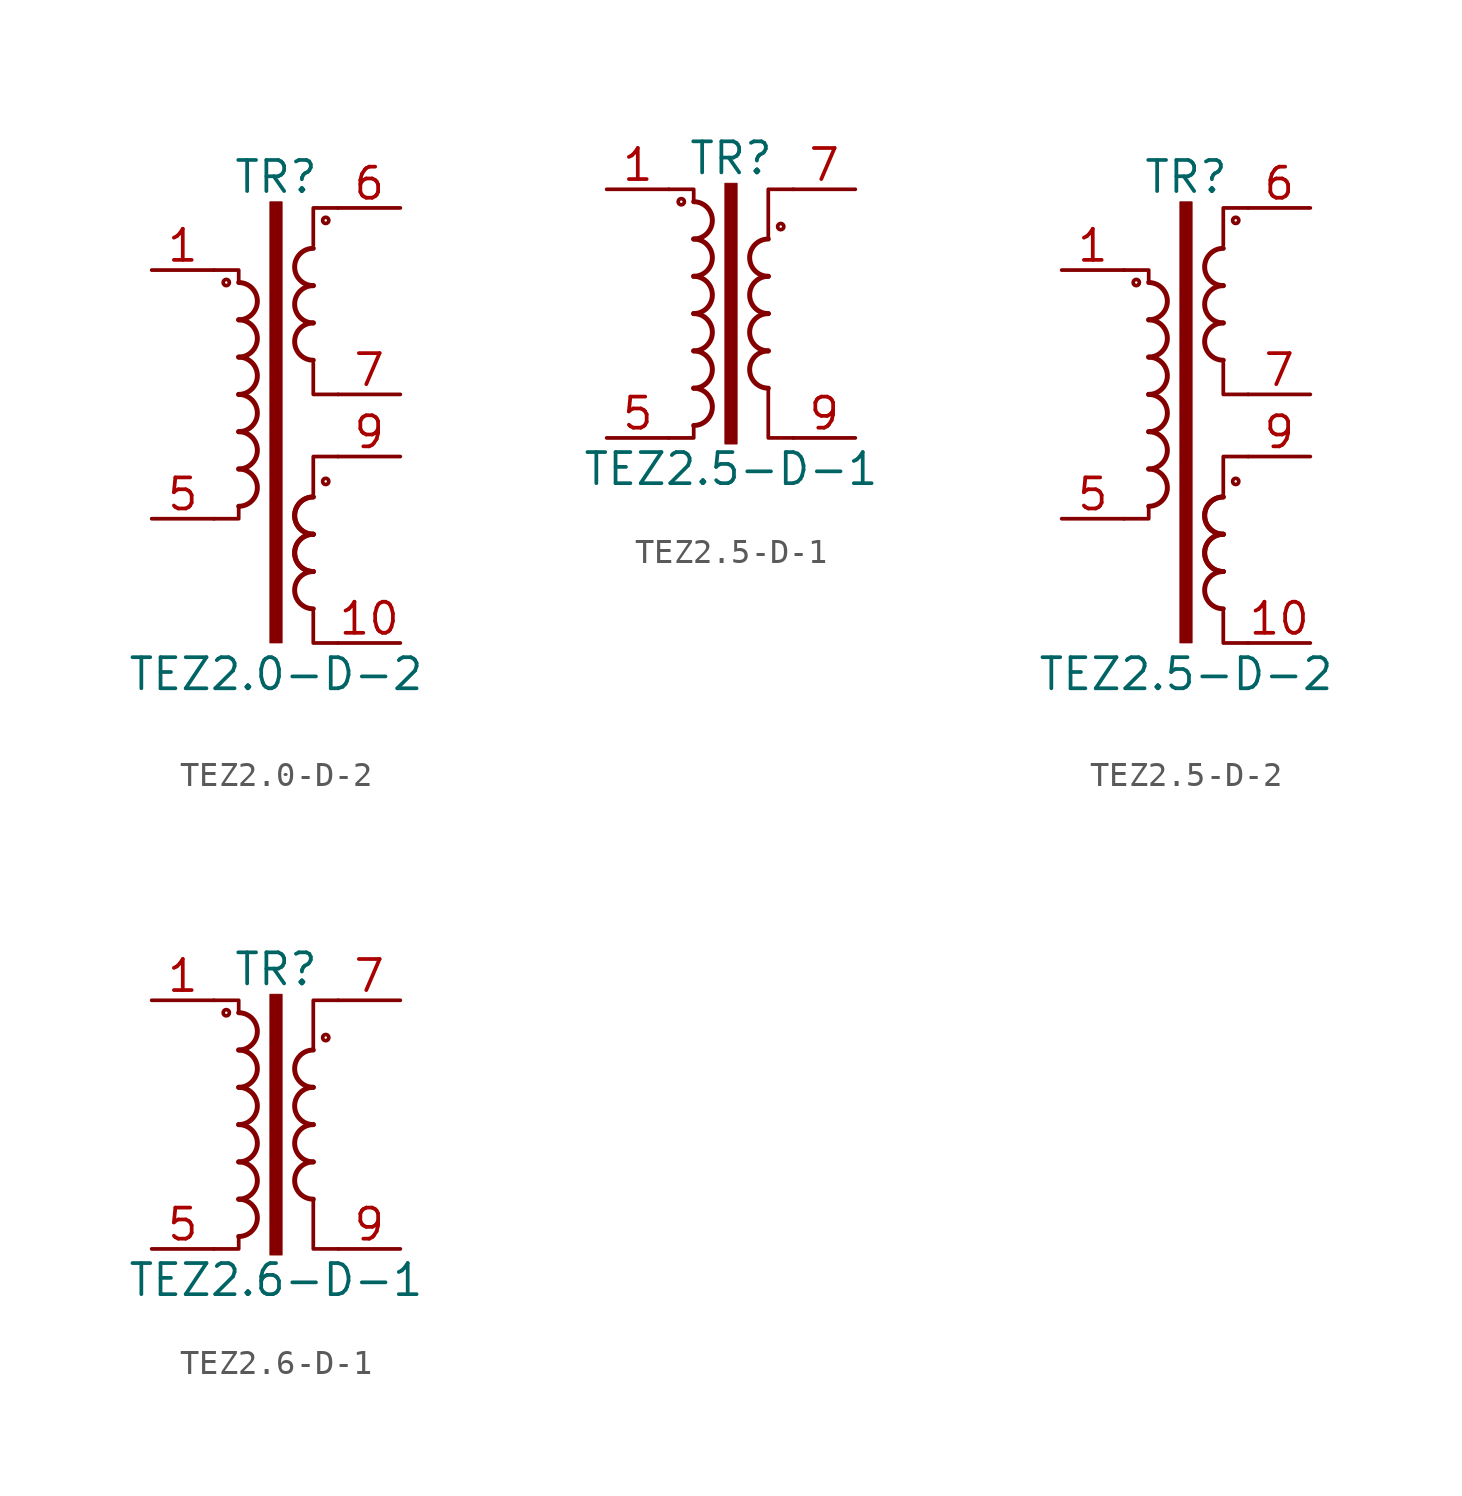
<source format=kicad_sym>
(kicad_symbol_lib
  (version 20220914)
  (generator kicad_symbol_editor)
  (symbol "TEZ2.0-D-2"
    (pin_names
      (offset 0.025))
    (property "Reference" "TR"
      (at 0 8.89 0)
      (effects (font (size 1.27 1.27))))
    (property "Value" "TEZ2.0-D-2"
      (at 0 -11.43 0)
      (effects (font (size 1.27 1.27))))
    (symbol "TEZ2.0-D-2_0_1"
      (circle (center -2.032 4.572) (radius 0.127) (stroke (width 0) (type default)) (fill (type none)))
      (arc (start -1.524 -4.572) (mid -0.7653 -3.81) (end -1.524 -3.048) (stroke (width 0.2032) (type default)) (fill (type none)))
      (arc (start -1.524 -3.048) (mid -0.7653 -2.286) (end -1.524 -1.524) (stroke (width 0.2032) (type default)) (fill (type none)))
      (arc (start -1.524 -1.524) (mid -0.7653 -0.762) (end -1.524 0) (stroke (width 0.2032) (type default)) (fill (type none)))
      (arc (start -1.524 0) (mid -0.7653 0.762) (end -1.524 1.524) (stroke (width 0.2032) (type default)) (fill (type none)))
      (arc (start -1.524 1.524) (mid -0.7653 2.286) (end -1.524 3.048) (stroke (width 0.2032) (type default)) (fill (type none)))
      (arc (start -1.524 3.048) (mid -0.7653 3.81) (end -1.524 4.572) (stroke (width 0.2032) (type default)) (fill (type none)))
      (rectangle (start -0.254 7.874) (end 0.254 -10.16) (stroke (width 0.025) (type default)) (fill (type outline)))
      (polyline (pts (xy -1.524 -4.572) (xy -1.524 -5.08) (xy -2.54 -5.08)) (stroke (width 0) (type default)) (fill (type none)))
      (polyline (pts (xy -1.524 4.572) (xy -1.524 5.08) (xy -2.54 5.08)) (stroke (width 0) (type default)) (fill (type none)))
      (polyline (pts (xy 1.524 -8.89) (xy 1.524 -10.16) (xy 2.54 -10.16)) (stroke (width 0) (type default)) (fill (type none)))
      (polyline (pts (xy 2.54 -2.54) (xy 1.524 -2.54) (xy 1.524 -4.064)) (stroke (width 0) (type default)) (fill (type none)))
      (polyline (pts (xy 2.54 0) (xy 1.524 0) (xy 1.524 1.27)) (stroke (width 0) (type default)) (fill (type none)))
      (polyline (pts (xy 2.54 7.62) (xy 1.524 7.62) (xy 1.524 6.096)) (stroke (width 0) (type default)) (fill (type none)))
      (arc (start 1.524 -7.239) (mid 0.7653 -8.001) (end 1.524 -8.763) (stroke (width 0.2032) (type default)) (fill (type none)))
      (arc (start 1.524 -5.715) (mid 0.7653 -6.477) (end 1.524 -7.239) (stroke (width 0.2032) (type default)) (fill (type none)))
      (arc (start 1.524 -5.715) (mid 0.7653 -6.477) (end 1.524 -7.239) (stroke (width 0.2032) (type default)) (fill (type none)))
      (arc (start 1.524 -4.191) (mid 0.7653 -4.953) (end 1.524 -5.715) (stroke (width 0.2032) (type default)) (fill (type none)))
      (arc (start 1.524 -4.191) (mid 0.7653 -4.953) (end 1.524 -5.715) (stroke (width 0.2032) (type default)) (fill (type none)))
      (arc (start 1.524 2.921) (mid 0.7653 2.159) (end 1.524 1.397) (stroke (width 0.2032) (type default)) (fill (type none)))
      (arc (start 1.524 4.445) (mid 0.7653 3.683) (end 1.524 2.921) (stroke (width 0.2032) (type default)) (fill (type none)))
      (arc (start 1.524 5.969) (mid 0.7653 5.207) (end 1.524 4.445) (stroke (width 0.2032) (type default)) (fill (type none)))
      (circle (center 2.032 -3.556) (radius 0.127) (stroke (width 0) (type default)) (fill (type none)))
      (circle (center 2.032 7.112) (radius 0.127) (stroke (width 0) (type default)) (fill (type none))))
    (symbol "TEZ2.0-D-2_1_1"
      (pin passive line (at -5.08 5.08 0) (length 2.54) (name "~" (effects (font (size 1.27 1.27)))) (number "1" (effects (font (size 1.27 1.27)))))
      (pin passive line (at 5.08 -10.16 180) (length 2.54) (name "~" (effects (font (size 1.27 1.27)))) (number "10" (effects (font (size 1.27 1.27)))))
      (pin passive line (at -5.08 -5.08 0) (length 2.54) (name "~" (effects (font (size 1.27 1.27)))) (number "5" (effects (font (size 1.27 1.27)))))
      (pin passive line (at 5.08 7.62 180) (length 2.54) (name "~" (effects (font (size 1.27 1.27)))) (number "6" (effects (font (size 1.27 1.27)))))
      (pin passive line (at 5.08 0 180) (length 2.54) (name "~" (effects (font (size 1.27 1.27)))) (number "7" (effects (font (size 1.27 1.27)))))
      (pin passive line (at 5.08 -2.54 180) (length 2.54) (name "~" (effects (font (size 1.27 1.27)))) (number "9" (effects (font (size 1.27 1.27)))))))
  (symbol "TEZ2.5-D-1"
    (pin_names
      (offset 0.025))
    (property "Reference" "TR"
      (at 0 6.35 0)
      (effects (font (size 1.27 1.27))))
    (property "Value" "TEZ2.5-D-1"
      (at 0 -6.35 0)
      (effects (font (size 1.27 1.27))))
    (symbol "TEZ2.5-D-1_0_1"
      (circle (center -2.032 4.572) (radius 0.127) (stroke (width 0) (type default)) (fill (type none)))
      (arc (start -1.524 -4.572) (mid -0.7653 -3.81) (end -1.524 -3.048) (stroke (width 0.2032) (type default)) (fill (type none)))
      (arc (start -1.524 -3.048) (mid -0.7653 -2.286) (end -1.524 -1.524) (stroke (width 0.2032) (type default)) (fill (type none)))
      (arc (start -1.524 -1.524) (mid -0.7653 -0.762) (end -1.524 0) (stroke (width 0.2032) (type default)) (fill (type none)))
      (arc (start -1.524 0) (mid -0.7653 0.762) (end -1.524 1.524) (stroke (width 0.2032) (type default)) (fill (type none)))
      (arc (start -1.524 1.524) (mid -0.7653 2.286) (end -1.524 3.048) (stroke (width 0.2032) (type default)) (fill (type none)))
      (arc (start -1.524 3.048) (mid -0.7653 3.81) (end -1.524 4.572) (stroke (width 0.2032) (type default)) (fill (type none)))
      (rectangle (start -0.254 5.334) (end 0.254 -5.334) (stroke (width 0.025) (type default)) (fill (type outline)))
      (polyline (pts (xy -1.524 -4.572) (xy -1.524 -5.08) (xy -2.54 -5.08)) (stroke (width 0) (type default)) (fill (type none)))
      (polyline (pts (xy -1.524 4.572) (xy -1.524 5.08) (xy -2.54 5.08)) (stroke (width 0) (type default)) (fill (type none)))
      (polyline (pts (xy 1.524 3.048) (xy 1.524 5.08) (xy 2.54 5.08) (xy 2.54 5.08)) (stroke (width 0.152) (type default)) (fill (type none)))
      (polyline (pts (xy 2.54 -5.08) (xy 1.524 -5.08) (xy 1.524 -3.048) (xy 1.524 -3.048)) (stroke (width 0.152) (type default)) (fill (type none)))
      (arc (start 1.524 -1.524) (mid 0.7653 -2.286) (end 1.524 -3.048) (stroke (width 0.2032) (type default)) (fill (type none)))
      (arc (start 1.524 0) (mid 0.7653 -0.762) (end 1.524 -1.524) (stroke (width 0.2032) (type default)) (fill (type none)))
      (arc (start 1.524 1.524) (mid 0.7653 0.762) (end 1.524 0) (stroke (width 0.2032) (type default)) (fill (type none)))
      (arc (start 1.524 3.048) (mid 0.7653 2.286) (end 1.524 1.524) (stroke (width 0.2032) (type default)) (fill (type none)))
      (circle (center 2.032 3.556) (radius 0.127) (stroke (width 0) (type default)) (fill (type none))))
    (symbol "TEZ2.5-D-1_1_1"
      (pin passive line (at -5.08 5.08 0) (length 2.54) (name "~" (effects (font (size 1.27 1.27)))) (number "1" (effects (font (size 1.27 1.27)))))
      (pin passive line (at -5.08 -5.08 0) (length 2.54) (name "~" (effects (font (size 1.27 1.27)))) (number "5" (effects (font (size 1.27 1.27)))))
      (pin passive line (at 5.08 5.08 180) (length 2.54) (name "~" (effects (font (size 1.27 1.27)))) (number "7" (effects (font (size 1.27 1.27)))))
      (pin passive line (at 5.08 -5.08 180) (length 2.54) (name "~" (effects (font (size 1.27 1.27)))) (number "9" (effects (font (size 1.27 1.27)))))))
  (symbol "TEZ2.5-D-2"
    (pin_names
      (offset 0.025))
    (property "Reference" "TR"
      (at 0 8.89 0)
      (effects (font (size 1.27 1.27))))
    (property "Value" "TEZ2.5-D-2"
      (at 0 -11.43 0)
      (effects (font (size 1.27 1.27))))
    (symbol "TEZ2.5-D-2_0_1"
      (circle (center -2.032 4.572) (radius 0.127) (stroke (width 0) (type default)) (fill (type none)))
      (arc (start -1.524 -4.572) (mid -0.7653 -3.81) (end -1.524 -3.048) (stroke (width 0.2032) (type default)) (fill (type none)))
      (arc (start -1.524 -3.048) (mid -0.7653 -2.286) (end -1.524 -1.524) (stroke (width 0.2032) (type default)) (fill (type none)))
      (arc (start -1.524 -1.524) (mid -0.7653 -0.762) (end -1.524 0) (stroke (width 0.2032) (type default)) (fill (type none)))
      (arc (start -1.524 0) (mid -0.7653 0.762) (end -1.524 1.524) (stroke (width 0.2032) (type default)) (fill (type none)))
      (arc (start -1.524 1.524) (mid -0.7653 2.286) (end -1.524 3.048) (stroke (width 0.2032) (type default)) (fill (type none)))
      (arc (start -1.524 3.048) (mid -0.7653 3.81) (end -1.524 4.572) (stroke (width 0.2032) (type default)) (fill (type none)))
      (rectangle (start -0.254 7.874) (end 0.254 -10.16) (stroke (width 0.025) (type default)) (fill (type outline)))
      (polyline (pts (xy -1.524 -4.572) (xy -1.524 -5.08) (xy -2.54 -5.08)) (stroke (width 0) (type default)) (fill (type none)))
      (polyline (pts (xy -1.524 4.572) (xy -1.524 5.08) (xy -2.54 5.08)) (stroke (width 0) (type default)) (fill (type none)))
      (polyline (pts (xy 1.524 -8.89) (xy 1.524 -10.16) (xy 2.54 -10.16)) (stroke (width 0) (type default)) (fill (type none)))
      (polyline (pts (xy 2.54 -2.54) (xy 1.524 -2.54) (xy 1.524 -4.064)) (stroke (width 0) (type default)) (fill (type none)))
      (polyline (pts (xy 2.54 0) (xy 1.524 0) (xy 1.524 1.27)) (stroke (width 0) (type default)) (fill (type none)))
      (polyline (pts (xy 2.54 7.62) (xy 1.524 7.62) (xy 1.524 6.096)) (stroke (width 0) (type default)) (fill (type none)))
      (arc (start 1.524 -7.239) (mid 0.7653 -8.001) (end 1.524 -8.763) (stroke (width 0.2032) (type default)) (fill (type none)))
      (arc (start 1.524 -5.715) (mid 0.7653 -6.477) (end 1.524 -7.239) (stroke (width 0.2032) (type default)) (fill (type none)))
      (arc (start 1.524 -5.715) (mid 0.7653 -6.477) (end 1.524 -7.239) (stroke (width 0.2032) (type default)) (fill (type none)))
      (arc (start 1.524 -4.191) (mid 0.7653 -4.953) (end 1.524 -5.715) (stroke (width 0.2032) (type default)) (fill (type none)))
      (arc (start 1.524 -4.191) (mid 0.7653 -4.953) (end 1.524 -5.715) (stroke (width 0.2032) (type default)) (fill (type none)))
      (arc (start 1.524 2.921) (mid 0.7653 2.159) (end 1.524 1.397) (stroke (width 0.2032) (type default)) (fill (type none)))
      (arc (start 1.524 4.445) (mid 0.7653 3.683) (end 1.524 2.921) (stroke (width 0.2032) (type default)) (fill (type none)))
      (arc (start 1.524 5.969) (mid 0.7653 5.207) (end 1.524 4.445) (stroke (width 0.2032) (type default)) (fill (type none)))
      (circle (center 2.032 -3.556) (radius 0.127) (stroke (width 0) (type default)) (fill (type none)))
      (circle (center 2.032 7.112) (radius 0.127) (stroke (width 0) (type default)) (fill (type none))))
    (symbol "TEZ2.5-D-2_1_1"
      (pin passive line (at -5.08 5.08 0) (length 2.54) (name "~" (effects (font (size 1.27 1.27)))) (number "1" (effects (font (size 1.27 1.27)))))
      (pin passive line (at 5.08 -10.16 180) (length 2.54) (name "~" (effects (font (size 1.27 1.27)))) (number "10" (effects (font (size 1.27 1.27)))))
      (pin passive line (at -5.08 -5.08 0) (length 2.54) (name "~" (effects (font (size 1.27 1.27)))) (number "5" (effects (font (size 1.27 1.27)))))
      (pin passive line (at 5.08 7.62 180) (length 2.54) (name "~" (effects (font (size 1.27 1.27)))) (number "6" (effects (font (size 1.27 1.27)))))
      (pin passive line (at 5.08 0 180) (length 2.54) (name "~" (effects (font (size 1.27 1.27)))) (number "7" (effects (font (size 1.27 1.27)))))
      (pin passive line (at 5.08 -2.54 180) (length 2.54) (name "~" (effects (font (size 1.27 1.27)))) (number "9" (effects (font (size 1.27 1.27)))))))
  (symbol "TEZ2.6-D-1"
    (pin_names
      (offset 0.025))
    (property "Reference" "TR"
      (at 0 6.35 0)
      (effects (font (size 1.27 1.27))))
    (property "Value" "TEZ2.6-D-1"
      (at 0 -6.35 0)
      (effects (font (size 1.27 1.27))))
    (symbol "TEZ2.6-D-1_0_1"
      (circle (center -2.032 4.572) (radius 0.127) (stroke (width 0) (type default)) (fill (type none)))
      (arc (start -1.524 -4.572) (mid -0.7653 -3.81) (end -1.524 -3.048) (stroke (width 0.2032) (type default)) (fill (type none)))
      (arc (start -1.524 -3.048) (mid -0.7653 -2.286) (end -1.524 -1.524) (stroke (width 0.2032) (type default)) (fill (type none)))
      (arc (start -1.524 -1.524) (mid -0.7653 -0.762) (end -1.524 0) (stroke (width 0.2032) (type default)) (fill (type none)))
      (arc (start -1.524 0) (mid -0.7653 0.762) (end -1.524 1.524) (stroke (width 0.2032) (type default)) (fill (type none)))
      (arc (start -1.524 1.524) (mid -0.7653 2.286) (end -1.524 3.048) (stroke (width 0.2032) (type default)) (fill (type none)))
      (arc (start -1.524 3.048) (mid -0.7653 3.81) (end -1.524 4.572) (stroke (width 0.2032) (type default)) (fill (type none)))
      (rectangle (start -0.254 5.334) (end 0.254 -5.334) (stroke (width 0.025) (type default)) (fill (type outline)))
      (polyline (pts (xy -1.524 -4.572) (xy -1.524 -5.08) (xy -2.54 -5.08)) (stroke (width 0) (type default)) (fill (type none)))
      (polyline (pts (xy -1.524 4.572) (xy -1.524 5.08) (xy -2.54 5.08)) (stroke (width 0) (type default)) (fill (type none)))
      (polyline (pts (xy 1.524 3.048) (xy 1.524 5.08) (xy 2.54 5.08) (xy 2.54 5.08)) (stroke (width 0.152) (type default)) (fill (type none)))
      (polyline (pts (xy 2.54 -5.08) (xy 1.524 -5.08) (xy 1.524 -3.048) (xy 1.524 -3.048)) (stroke (width 0.152) (type default)) (fill (type none)))
      (arc (start 1.524 -1.524) (mid 0.7653 -2.286) (end 1.524 -3.048) (stroke (width 0.2032) (type default)) (fill (type none)))
      (arc (start 1.524 0) (mid 0.7653 -0.762) (end 1.524 -1.524) (stroke (width 0.2032) (type default)) (fill (type none)))
      (arc (start 1.524 1.524) (mid 0.7653 0.762) (end 1.524 0) (stroke (width 0.2032) (type default)) (fill (type none)))
      (arc (start 1.524 3.048) (mid 0.7653 2.286) (end 1.524 1.524) (stroke (width 0.2032) (type default)) (fill (type none)))
      (circle (center 2.032 3.556) (radius 0.127) (stroke (width 0) (type default)) (fill (type none))))
    (symbol "TEZ2.6-D-1_1_1"
      (pin passive line (at -5.08 5.08 0) (length 2.54) (name "~" (effects (font (size 1.27 1.27)))) (number "1" (effects (font (size 1.27 1.27)))))
      (pin passive line (at -5.08 -5.08 0) (length 2.54) (name "~" (effects (font (size 1.27 1.27)))) (number "5" (effects (font (size 1.27 1.27)))))
      (pin passive line (at 5.08 5.08 180) (length 2.54) (name "~" (effects (font (size 1.27 1.27)))) (number "7" (effects (font (size 1.27 1.27)))))
      (pin passive line (at 5.08 -5.08 180) (length 2.54) (name "~" (effects (font (size 1.27 1.27)))) (number "9" (effects (font (size 1.27 1.27))))))))
</source>
